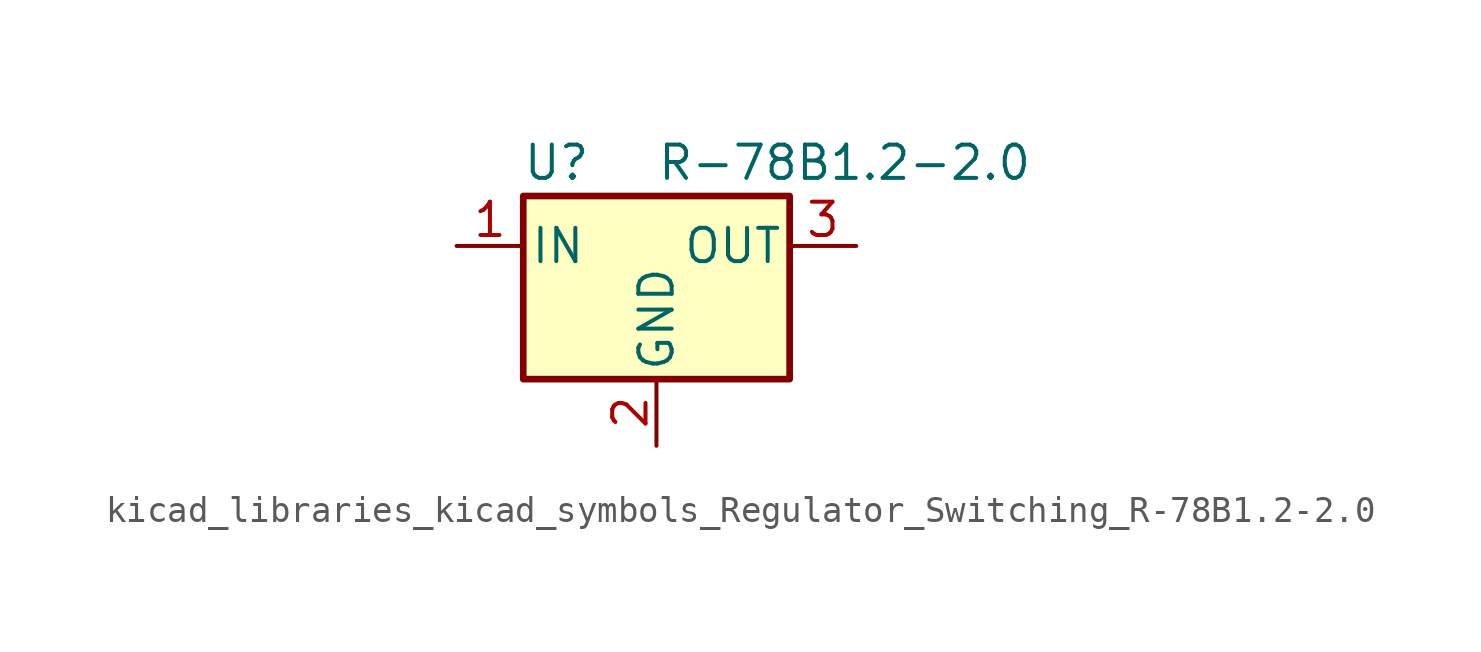
<source format=kicad_sym>
(kicad_symbol_lib
  (version 20220914)
  (generator kicad_symbol_editor)
  (symbol "kicad_libraries_kicad_symbols_Regulator_Switching_R-78B1.2-2.0"
    (pin_names
      (offset 0.254))
    (property "Reference" "U"
      (at -3.81 3.175 0)
      (effects (font (size 1.27 1.27))))
    (property "Value" "R-78B1.2-2.0"
      (at 0 3.175 0)
      (effects (font (size 1.27 1.27)) (justify left)))
    (symbol "kicad_libraries_kicad_symbols_Regulator_Switching_R-78B1.2-2.0_0_1"
      (rectangle (start -5.08 1.905) (end 5.08 -5.08) (stroke (width 0.254) (type default)) (fill (type background))))
    (symbol "kicad_libraries_kicad_symbols_Regulator_Switching_R-78B1.2-2.0_1_1"
      (pin power_in line (at -7.62 0 0) (length 2.54) (name "IN" (effects (font (size 1.27 1.27)))) (number "1" (effects (font (size 1.27 1.27)))))
      (pin power_in line (at 0 -7.62 90) (length 2.54) (name "GND" (effects (font (size 1.27 1.27)))) (number "2" (effects (font (size 1.27 1.27)))))
      (pin power_out line (at 7.62 0 180) (length 2.54) (name "OUT" (effects (font (size 1.27 1.27)))) (number "3" (effects (font (size 1.27 1.27))))))))
</source>
